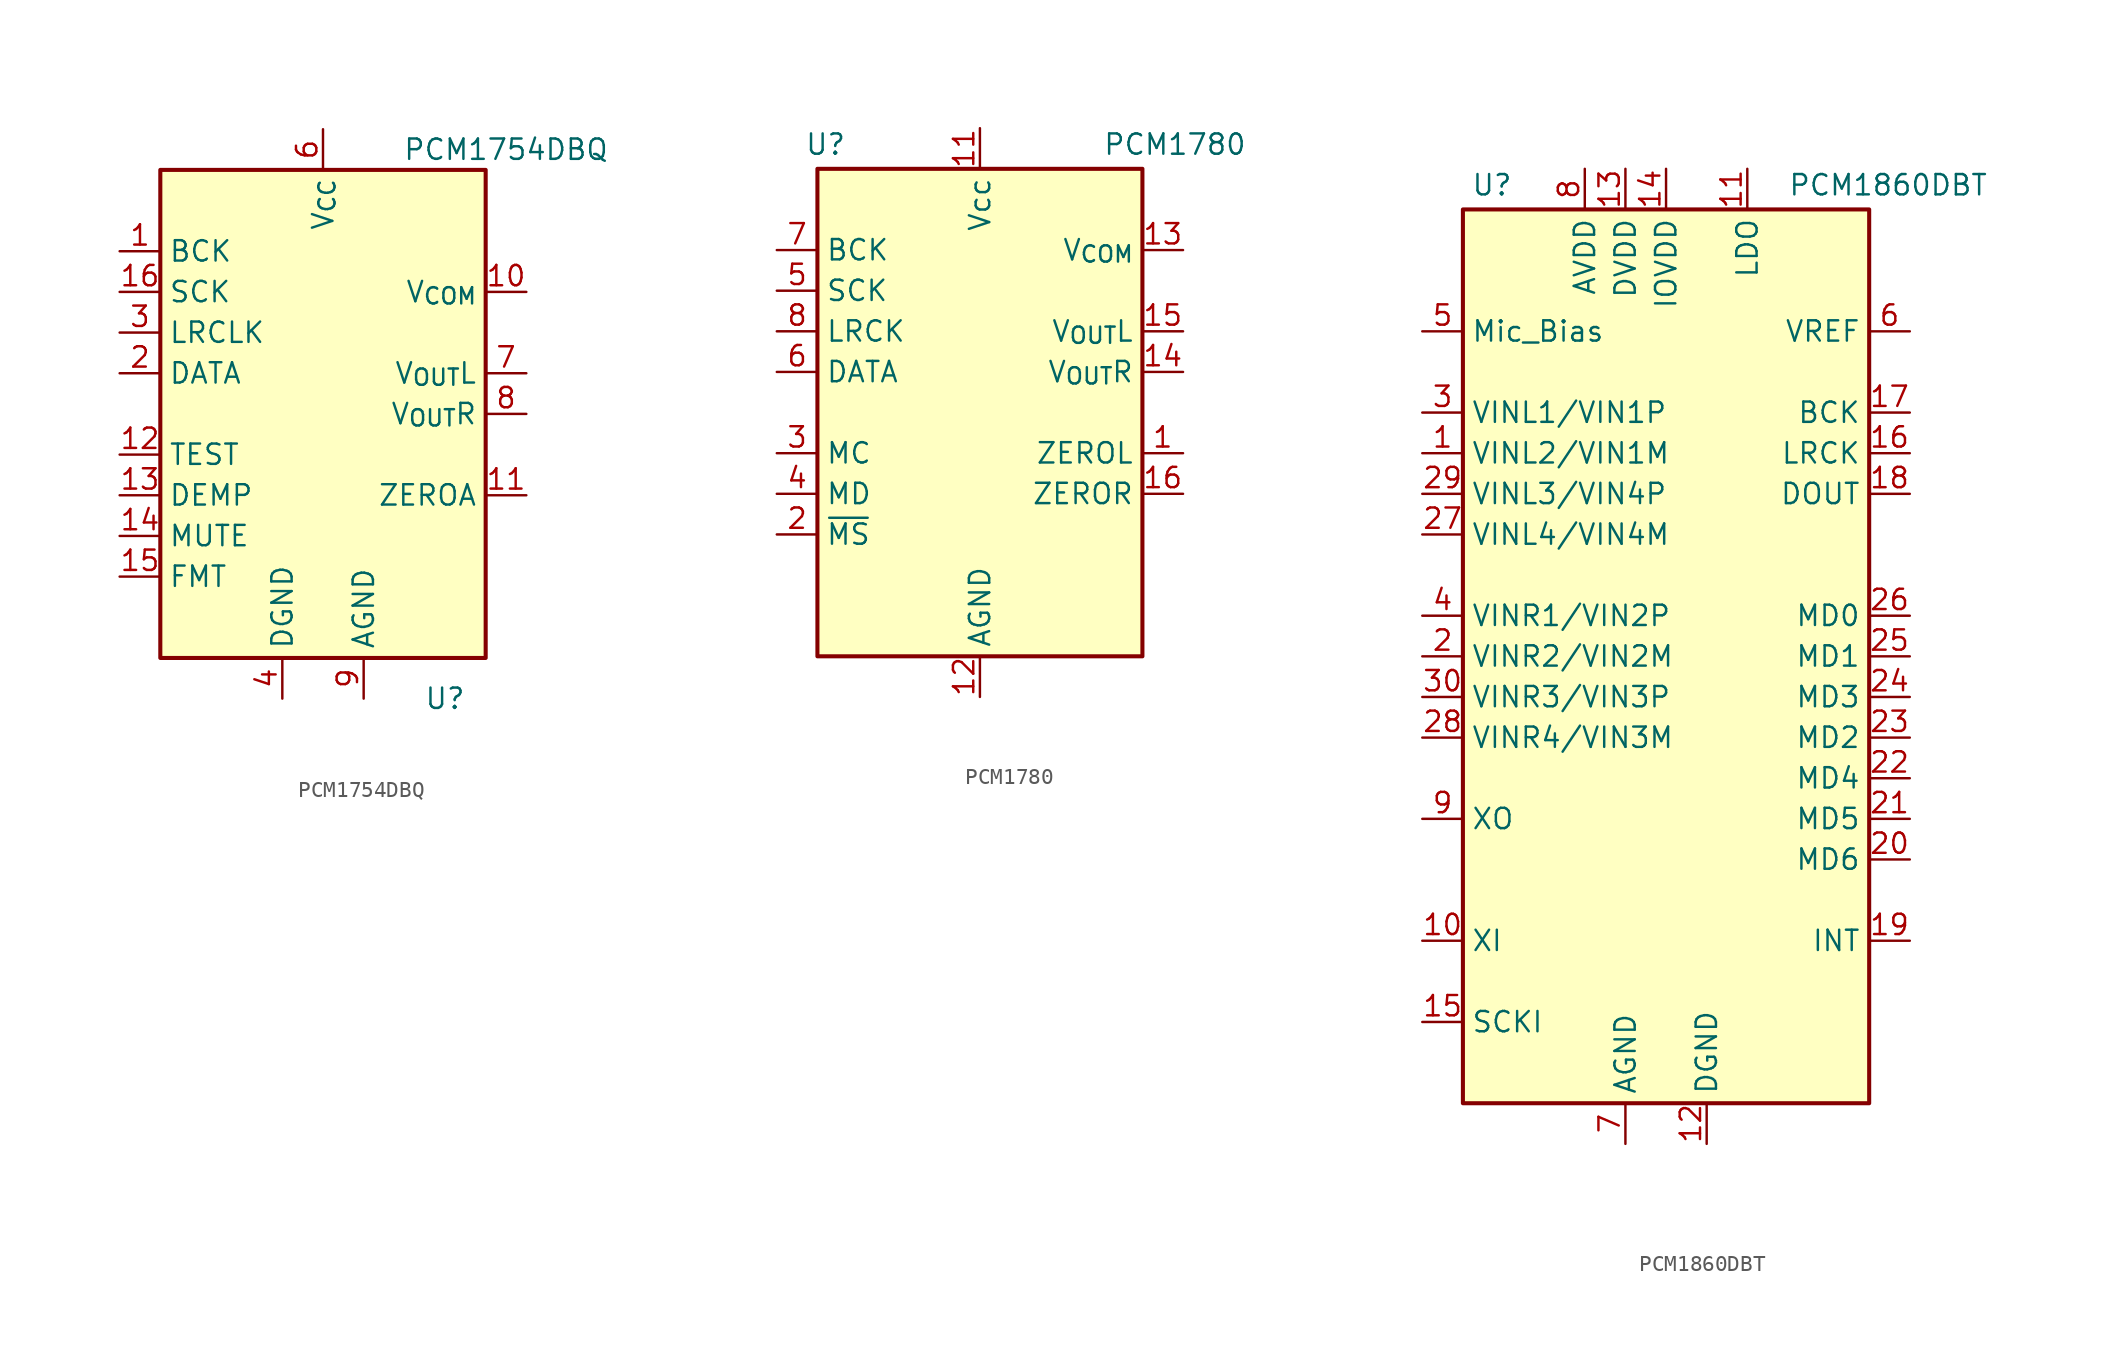
<source format=kicad_sym>
(kicad_symbol_lib
  (version 20241209)
  (generator "kicad_symbol_editor")
  (generator_version "9.0")
  (symbol "PCM1754DBQ"
    (property "Reference" "U"
      (at 7.62 -17.78 0)
      (effects (font (size 1.27 1.27))))
    (property "Value" "PCM1754DBQ"
      (at 11.43 16.51 0)
      (effects (font (size 1.27 1.27))))
    (symbol "PCM1754DBQ_0_1"
      (rectangle (start -10.16 15.24) (end 10.16 -15.24) (stroke (width 0.254) (type default)) (fill (type background))))
    (symbol "PCM1754DBQ_1_1"
      (pin input line (at -12.7 10.16 0) (length 2.54) (name "BCK" (effects (font (size 1.27 1.27)))) (number "1" (effects (font (size 1.27 1.27)))))
      (pin input line (at -12.7 7.62 0) (length 2.54) (name "SCK" (effects (font (size 1.27 1.27)))) (number "16" (effects (font (size 1.27 1.27)))))
      (pin input line (at -12.7 5.08 0) (length 2.54) (name "LRCLK" (effects (font (size 1.27 1.27)))) (number "3" (effects (font (size 1.27 1.27)))))
      (pin input line (at -12.7 2.54 0) (length 2.54) (name "DATA" (effects (font (size 1.27 1.27)))) (number "2" (effects (font (size 1.27 1.27)))))
      (pin passive line (at -12.7 -2.54 0) (length 2.54) (name "TEST" (effects (font (size 1.27 1.27)))) (number "12" (effects (font (size 1.27 1.27)))))
      (pin input line (at -12.7 -5.08 0) (length 2.54) (name "DEMP" (effects (font (size 1.27 1.27)))) (number "13" (effects (font (size 1.27 1.27)))))
      (pin input line (at -12.7 -7.62 0) (length 2.54) (name "MUTE" (effects (font (size 1.27 1.27)))) (number "14" (effects (font (size 1.27 1.27)))))
      (pin input line (at -12.7 -10.16 0) (length 2.54) (name "FMT" (effects (font (size 1.27 1.27)))) (number "15" (effects (font (size 1.27 1.27)))))
      (pin power_in line (at -2.54 -17.78 90) (length 2.54) (name "DGND" (effects (font (size 1.27 1.27)))) (number "4" (effects (font (size 1.27 1.27)))))
      (pin power_in line (at 0 17.78 270) (length 2.54) (name "V_{CC}" (effects (font (size 1.27 1.27)))) (number "6" (effects (font (size 1.27 1.27)))))
      (pin power_in line (at 2.54 -17.78 90) (length 2.54) (name "AGND" (effects (font (size 1.27 1.27)))) (number "9" (effects (font (size 1.27 1.27)))))
      (pin no_connect line (at 10.16 -7.62 180) (length 2.54) (hide yes) (name "NC" (effects (font (size 1.27 1.27)))) (number "5" (effects (font (size 1.27 1.27)))))
      (pin output line (at 12.7 7.62 180) (length 2.54) (name "V_{COM}" (effects (font (size 1.27 1.27)))) (number "10" (effects (font (size 1.27 1.27)))))
      (pin output line (at 12.7 2.54 180) (length 2.54) (name "V_{OUT}L" (effects (font (size 1.27 1.27)))) (number "7" (effects (font (size 1.27 1.27)))))
      (pin output line (at 12.7 0 180) (length 2.54) (name "V_{OUT}R" (effects (font (size 1.27 1.27)))) (number "8" (effects (font (size 1.27 1.27)))))
      (pin output line (at 12.7 -5.08 180) (length 2.54) (name "ZEROA" (effects (font (size 1.27 1.27)))) (number "11" (effects (font (size 1.27 1.27)))))))
  (symbol "PCM1780"
    (property "Reference" "U"
      (at -9.652 16.764 0)
      (effects (font (size 1.27 1.27))))
    (property "Value" "PCM1780"
      (at 12.192 16.764 0)
      (effects (font (size 1.27 1.27))))
    (symbol "PCM1780_1_1"
      (rectangle (start -10.16 15.24) (end 10.16 -15.24) (stroke (width 0.254) (type default)) (fill (type background)))
      (pin input line (at -12.7 10.16 0) (length 2.54) (name "BCK" (effects (font (size 1.27 1.27)))) (number "7" (effects (font (size 1.27 1.27)))))
      (pin input line (at -12.7 7.62 0) (length 2.54) (name "SCK" (effects (font (size 1.27 1.27)))) (number "5" (effects (font (size 1.27 1.27)))))
      (pin input line (at -12.7 5.08 0) (length 2.54) (name "LRCK" (effects (font (size 1.27 1.27)))) (number "8" (effects (font (size 1.27 1.27)))))
      (pin input line (at -12.7 2.54 0) (length 2.54) (name "DATA" (effects (font (size 1.27 1.27)))) (number "6" (effects (font (size 1.27 1.27)))))
      (pin input line (at -12.7 -2.54 0) (length 2.54) (name "MC" (effects (font (size 1.27 1.27)))) (number "3" (effects (font (size 1.27 1.27)))))
      (pin input line (at -12.7 -5.08 0) (length 2.54) (name "MD" (effects (font (size 1.27 1.27)))) (number "4" (effects (font (size 1.27 1.27)))))
      (pin input line (at -12.7 -7.62 0) (length 2.54) (name "~{MS}" (effects (font (size 1.27 1.27)))) (number "2" (effects (font (size 1.27 1.27)))))
      (pin power_in line (at 0 17.78 270) (length 2.54) (name "Vcc" (effects (font (size 1.27 1.27)))) (number "11" (effects (font (size 1.27 1.27)))))
      (pin power_in line (at 0 -17.78 90) (length 2.54) (name "AGND" (effects (font (size 1.27 1.27)))) (number "12" (effects (font (size 1.27 1.27)))))
      (pin no_connect line (at 10.16 -10.16 180) (length 2.54) (hide yes) (name "NC" (effects (font (size 1.27 1.27)))) (number "10" (effects (font (size 1.27 1.27)))))
      (pin no_connect line (at 10.16 -12.7 180) (length 2.54) (hide yes) (name "NC" (effects (font (size 1.27 1.27)))) (number "9" (effects (font (size 1.27 1.27)))))
      (pin output line (at 12.7 10.16 180) (length 2.54) (name "V_{COM}" (effects (font (size 1.27 1.27)))) (number "13" (effects (font (size 1.27 1.27)))))
      (pin output line (at 12.7 5.08 180) (length 2.54) (name "V_{OUT}L" (effects (font (size 1.27 1.27)))) (number "15" (effects (font (size 1.27 1.27)))))
      (pin output line (at 12.7 2.54 180) (length 2.54) (name "V_{OUT}R" (effects (font (size 1.27 1.27)))) (number "14" (effects (font (size 1.27 1.27)))))
      (pin output line (at 12.7 -2.54 180) (length 2.54) (name "ZEROL" (effects (font (size 1.27 1.27)))) (number "1" (effects (font (size 1.27 1.27)))))
      (pin output line (at 12.7 -5.08 180) (length 2.54) (name "ZEROR" (effects (font (size 1.27 1.27)))) (number "16" (effects (font (size 1.27 1.27)))))))
  (symbol "PCM1860DBT"
    (property "Reference" "U"
      (at -12.192 29.464 0)
      (effects (font (size 1.27 1.27)) (justify left)))
    (property "Value" "PCM1860DBT"
      (at 7.62 29.464 0)
      (effects (font (size 1.27 1.27)) (justify left)))
    (symbol "PCM1860DBT_0_0"
      (pin input line (at -15.24 10.16 0) (length 2.54) (name "VINL3/VIN4P" (effects (font (size 1.27 1.27)))) (number "29" (effects (font (size 1.27 1.27)))))
      (pin input line (at -15.24 7.62 0) (length 2.54) (name "VINL4/VIN4M" (effects (font (size 1.27 1.27)))) (number "27" (effects (font (size 1.27 1.27)))))
      (pin input line (at -15.24 -2.54 0) (length 2.54) (name "VINR3/VIN3P" (effects (font (size 1.27 1.27)))) (number "30" (effects (font (size 1.27 1.27)))))
      (pin input line (at -15.24 -5.08 0) (length 2.54) (name "VINR4/VIN3M" (effects (font (size 1.27 1.27)))) (number "28" (effects (font (size 1.27 1.27)))))
      (pin input line (at 15.24 2.54 180) (length 2.54) (name "MD0" (effects (font (size 1.27 1.27)))) (number "26" (effects (font (size 1.27 1.27)))))
      (pin input line (at 15.24 0 180) (length 2.54) (name "MD1" (effects (font (size 1.27 1.27)))) (number "25" (effects (font (size 1.27 1.27))))))
    (symbol "PCM1860DBT_0_1"
      (rectangle (start -12.7 27.94) (end 12.7 -27.94) (stroke (width 0.254) (type default)) (fill (type background))))
    (symbol "PCM1860DBT_1_1"
      (pin power_out line (at -15.24 20.32 0) (length 2.54) (name "Mic_Bias" (effects (font (size 1.27 1.27)))) (number "5" (effects (font (size 1.27 1.27)))))
      (pin input line (at -15.24 15.24 0) (length 2.54) (name "VINL1/VIN1P" (effects (font (size 1.27 1.27)))) (number "3" (effects (font (size 1.27 1.27)))))
      (pin input line (at -15.24 12.7 0) (length 2.54) (name "VINL2/VIN1M" (effects (font (size 1.27 1.27)))) (number "1" (effects (font (size 1.27 1.27)))))
      (pin input line (at -15.24 2.54 0) (length 2.54) (name "VINR1/VIN2P" (effects (font (size 1.27 1.27)))) (number "4" (effects (font (size 1.27 1.27)))))
      (pin input line (at -15.24 0 0) (length 2.54) (name "VINR2/VIN2M" (effects (font (size 1.27 1.27)))) (number "2" (effects (font (size 1.27 1.27)))))
      (pin output line (at -15.24 -10.16 0) (length 2.54) (name "XO" (effects (font (size 1.27 1.27)))) (number "9" (effects (font (size 1.27 1.27)))))
      (pin input line (at -15.24 -17.78 0) (length 2.54) (name "XI" (effects (font (size 1.27 1.27)))) (number "10" (effects (font (size 1.27 1.27)))))
      (pin input line (at -15.24 -22.86 0) (length 2.54) (name "SCKI" (effects (font (size 1.27 1.27)))) (number "15" (effects (font (size 1.27 1.27)))))
      (pin power_in line (at -5.08 30.48 270) (length 2.54) (name "AVDD" (effects (font (size 1.27 1.27)))) (number "8" (effects (font (size 1.27 1.27)))))
      (pin power_in line (at -2.54 30.48 270) (length 2.54) (name "DVDD" (effects (font (size 1.27 1.27)))) (number "13" (effects (font (size 1.27 1.27)))))
      (pin power_in line (at -2.54 -30.48 90) (length 2.54) (name "AGND" (effects (font (size 1.27 1.27)))) (number "7" (effects (font (size 1.27 1.27)))))
      (pin power_in line (at 0 30.48 270) (length 2.54) (name "IOVDD" (effects (font (size 1.27 1.27)))) (number "14" (effects (font (size 1.27 1.27)))))
      (pin power_in line (at 2.54 -30.48 90) (length 2.54) (name "DGND" (effects (font (size 1.27 1.27)))) (number "12" (effects (font (size 1.27 1.27)))))
      (pin power_in line (at 5.08 30.48 270) (length 2.54) (name "LDO" (effects (font (size 1.27 1.27)))) (number "11" (effects (font (size 1.27 1.27)))))
      (pin power_out line (at 15.24 20.32 180) (length 2.54) (name "VREF" (effects (font (size 1.27 1.27)))) (number "6" (effects (font (size 1.27 1.27)))))
      (pin bidirectional line (at 15.24 15.24 180) (length 2.54) (name "BCK" (effects (font (size 1.27 1.27)))) (number "17" (effects (font (size 1.27 1.27)))))
      (pin bidirectional line (at 15.24 12.7 180) (length 2.54) (name "LRCK" (effects (font (size 1.27 1.27)))) (number "16" (effects (font (size 1.27 1.27)))))
      (pin output line (at 15.24 10.16 180) (length 2.54) (name "DOUT" (effects (font (size 1.27 1.27)))) (number "18" (effects (font (size 1.27 1.27)))))
      (pin input line (at 15.24 -2.54 180) (length 2.54) (name "MD3" (effects (font (size 1.27 1.27)))) (number "24" (effects (font (size 1.27 1.27)))))
      (pin input line (at 15.24 -5.08 180) (length 2.54) (name "MD2" (effects (font (size 1.27 1.27)))) (number "23" (effects (font (size 1.27 1.27)))))
      (pin input line (at 15.24 -7.62 180) (length 2.54) (name "MD4" (effects (font (size 1.27 1.27)))) (number "22" (effects (font (size 1.27 1.27)))))
      (pin input line (at 15.24 -10.16 180) (length 2.54) (name "MD5" (effects (font (size 1.27 1.27)))) (number "21" (effects (font (size 1.27 1.27)))))
      (pin input line (at 15.24 -12.7 180) (length 2.54) (name "MD6" (effects (font (size 1.27 1.27)))) (number "20" (effects (font (size 1.27 1.27)))))
      (pin output line (at 15.24 -17.78 180) (length 2.54) (name "INT" (effects (font (size 1.27 1.27)))) (number "19" (effects (font (size 1.27 1.27))))))))
</source>
